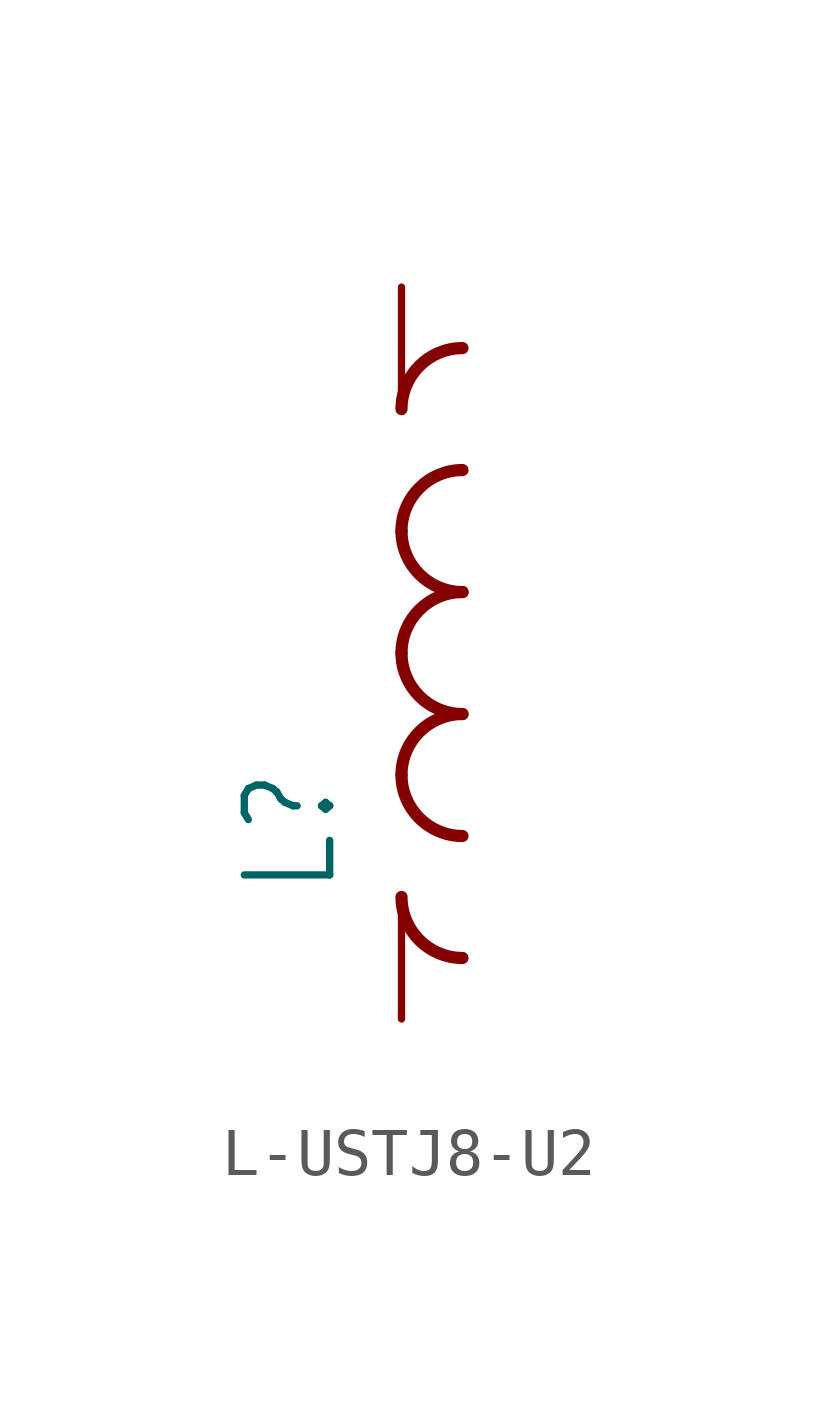
<source format=kicad_sym>
(kicad_symbol_lib
  (version 20241209)
  (generator "kicad_symbol_editor")
  (generator_version "9.0")
  (symbol "L-USTJ8-U2"
    (property "Reference" "L"
      (at -1.27 -5.08 90)
      (effects (font (size 1.778 1.511)) (justify left bottom)))
    (property "Value" ""
      (at 3.81 -5.08 90)
      (effects (font (size 1.778 1.511)) (justify left bottom)))
    (property "ki_locked" ""
      (at 0 0 0)
      (effects (font (size 1.27 1.27))))
    (symbol "L-USTJ8-U2_1_0"
      (arc (start 0 5.08) (mid 0.372 5.978) (end 1.27 6.35) (stroke (width 0.254) (type solid)) (fill (type none)))
      (arc (start 0 2.54) (mid 0.372 3.438) (end 1.27 3.81) (stroke (width 0.254) (type solid)) (fill (type none)))
      (arc (start 1.27 1.27) (mid 0.372 1.642) (end 0 2.54) (stroke (width 0.254) (type solid)) (fill (type none)))
      (arc (start 0 0) (mid 0.372 0.898) (end 1.27 1.27) (stroke (width 0.254) (type solid)) (fill (type none)))
      (arc (start 1.27 -1.27) (mid 0.372 -0.898) (end 0 0) (stroke (width 0.254) (type solid)) (fill (type none)))
      (arc (start 0 -2.54) (mid 0.372 -1.642) (end 1.27 -1.27) (stroke (width 0.254) (type solid)) (fill (type none)))
      (arc (start 1.27 -3.81) (mid 0.372 -3.438) (end 0 -2.54) (stroke (width 0.254) (type solid)) (fill (type none)))
      (arc (start 1.27 -6.35) (mid 0.372 -5.978) (end 0 -5.08) (stroke (width 0.254) (type solid)) (fill (type none)))
      (pin passive line (at 0 7.62 270) (length 2.54) (name "1" (effects (font (size 0 0)))) (number "1" (effects (font (size 0 0)))))
      (pin passive line (at 0 -7.62 90) (length 2.54) (name "2" (effects (font (size 0 0)))) (number "2" (effects (font (size 0 0))))))))
</source>
